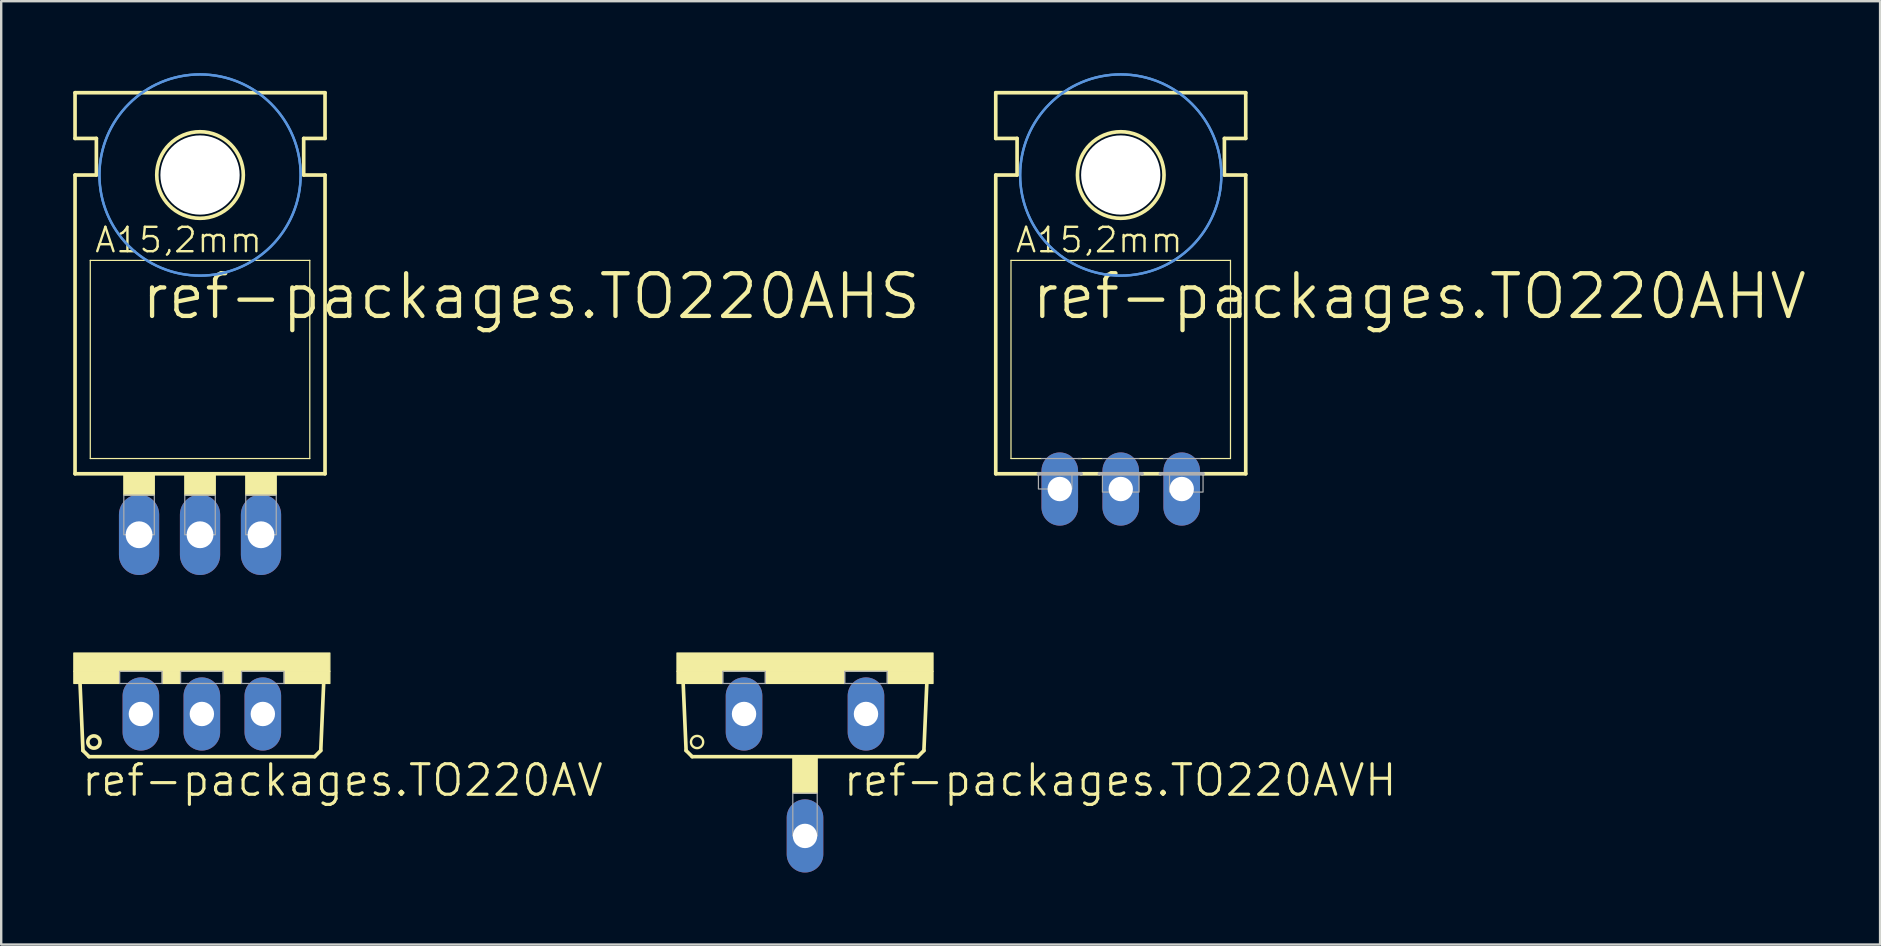
<source format=kicad_pcb>
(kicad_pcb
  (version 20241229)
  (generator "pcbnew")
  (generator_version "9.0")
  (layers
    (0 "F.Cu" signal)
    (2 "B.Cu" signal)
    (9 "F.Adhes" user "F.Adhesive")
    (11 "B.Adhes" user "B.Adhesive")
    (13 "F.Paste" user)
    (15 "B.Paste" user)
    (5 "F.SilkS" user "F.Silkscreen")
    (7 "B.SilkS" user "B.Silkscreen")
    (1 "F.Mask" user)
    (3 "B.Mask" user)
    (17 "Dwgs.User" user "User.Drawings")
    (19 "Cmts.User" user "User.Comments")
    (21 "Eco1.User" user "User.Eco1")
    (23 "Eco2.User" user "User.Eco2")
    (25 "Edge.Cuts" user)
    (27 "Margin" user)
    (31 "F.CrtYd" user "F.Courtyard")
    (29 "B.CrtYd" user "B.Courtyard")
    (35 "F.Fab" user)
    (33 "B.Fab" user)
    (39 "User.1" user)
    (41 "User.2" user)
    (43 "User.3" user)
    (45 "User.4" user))
  (footprint "ref-packages.TO220AHS"
    (layer "F.Cu")
    (at 5.283 15.417)
    (property "Reference" "ref-packages.TO220AHS" (at -2.54 -5.08 0) (layer "F.SilkS") (effects (font (size 1.778 1.778) (thickness 0.18)) (justify left bottom)))
    (attr through_hole)
    (fp_line (start -5.207 -12.7) (end -5.207 -14.605) (stroke (width 0.152) (type default)) (layer "F.SilkS"))
    (fp_line (start -5.207 -11.176) (end -4.318 -11.176) (stroke (width 0.152) (type default)) (layer "F.SilkS"))
    (fp_line (start -5.207 1.27) (end -5.207 -11.176) (stroke (width 0.152) (type default)) (layer "F.SilkS"))
    (fp_line (start -5.207 1.27) (end 5.207 1.27) (stroke (width 0.152) (type default)) (layer "F.SilkS"))
    (fp_line (start -4.572 0.635) (end -4.572 -7.62) (stroke (width 0.051) (type default)) (layer "F.SilkS"))
    (fp_line (start -4.572 0.635) (end 4.572 0.635) (stroke (width 0.051) (type default)) (layer "F.SilkS"))
    (fp_line (start -4.318 -12.7) (end -5.207 -12.7) (stroke (width 0.152) (type default)) (layer "F.SilkS"))
    (fp_line (start -4.318 -11.176) (end -4.318 -12.7) (stroke (width 0.152) (type default)) (layer "F.SilkS"))
    (fp_line (start 4.318 -12.7) (end 5.207 -12.7) (stroke (width 0.152) (type default)) (layer "F.SilkS"))
    (fp_line (start 4.318 -11.176) (end 4.318 -12.7) (stroke (width 0.152) (type default)) (layer "F.SilkS"))
    (fp_line (start 4.572 -7.62) (end -4.572 -7.62) (stroke (width 0.051) (type default)) (layer "F.SilkS"))
    (fp_line (start 4.572 -7.62) (end 4.572 0.635) (stroke (width 0.051) (type default)) (layer "F.SilkS"))
    (fp_line (start 5.207 -14.605) (end -5.207 -14.605) (stroke (width 0.152) (type default)) (layer "F.SilkS"))
    (fp_line (start 5.207 -12.7) (end 5.207 -14.605) (stroke (width 0.152) (type default)) (layer "F.SilkS"))
    (fp_line (start 5.207 -11.176) (end 4.318 -11.176) (stroke (width 0.152) (type default)) (layer "F.SilkS"))
    (fp_line (start 5.207 1.27) (end 5.207 -11.176) (stroke (width 0.152) (type default)) (layer "F.SilkS"))
    (fp_rect (start -3.175 2.159) (end -1.905 1.27) (stroke (width 0.05) (type default)) (fill yes) (layer "F.SilkS"))
    (fp_rect (start -0.635 2.159) (end 0.635 1.27) (stroke (width 0.05) (type default)) (fill yes) (layer "F.SilkS"))
    (fp_rect (start 1.905 2.159) (end 3.175 1.27) (stroke (width 0.05) (type default)) (fill yes) (layer "F.SilkS"))
    (fp_circle (center 0 -11.176) (end 1.803 -11.176) (stroke (width 0.152) (type default)) (fill no) (layer "F.SilkS"))
    (fp_circle (center 0 -11.176) (end 4.191 -11.176) (stroke (width 0.1) (type default)) (fill no) (layer "Cmts.User"))
    (fp_circle (center 0 -11.176) (end 4.191 -11.176) (stroke (width 0.1) (type default)) (fill no) (layer "Cmts.User"))
    (fp_rect (start -3.175 3.81) (end -1.905 2.159) (stroke (width 0.05) (type default)) (fill no) (layer "F.Fab"))
    (fp_rect (start -0.635 3.81) (end 0.635 2.159) (stroke (width 0.05) (type default)) (fill no) (layer "F.Fab"))
    (fp_rect (start 1.905 3.81) (end 3.175 2.159) (stroke (width 0.05) (type default)) (fill no) (layer "F.Fab"))
    (fp_text user "A15,2mm" (at -4.445 -7.874 0) (layer "F.SilkS") (effects (font (size 1.016 1.016) (thickness 0.1)) (justify left bottom)))
    (pad "" np_thru_hole circle (at 0 -11.176) (size 3.302 3.302) (drill 3.302) (layers "*.Cu" "*.Mask"))
    (pad "B" thru_hole oval (at -2.54 3.81 90) (size 3.353 1.676) (drill 1.118) (layers "*.Cu" "*.Mask"))
    (pad "C" thru_hole oval (at 0 3.81 90) (size 3.353 1.676) (drill 1.118) (layers "*.Cu" "*.Mask"))
    (pad "E" thru_hole oval (at 2.54 3.81 90) (size 3.353 1.676) (drill 1.118) (layers "*.Cu" "*.Mask")))
  (footprint "ref-packages.TO220AHV"
    (layer "F.Cu")
    (at 43.638 15.417)
    (property "Reference" "ref-packages.TO220AHV" (at -3.81 -5.08 0) (layer "F.SilkS") (effects (font (size 1.778 1.778) (thickness 0.18)) (justify left bottom)))
    (attr through_hole)
    (fp_line (start -5.207 -12.7) (end -5.207 -14.605) (stroke (width 0.152) (type default)) (layer "F.SilkS"))
    (fp_line (start -5.207 -11.176) (end -4.318 -11.176) (stroke (width 0.152) (type default)) (layer "F.SilkS"))
    (fp_line (start -5.207 1.27) (end -5.207 -11.176) (stroke (width 0.152) (type default)) (layer "F.SilkS"))
    (fp_line (start -5.207 1.27) (end -3.429 1.27) (stroke (width 0.152) (type default)) (layer "F.SilkS"))
    (fp_line (start -4.572 0.635) (end -4.572 -7.62) (stroke (width 0.051) (type default)) (layer "F.SilkS"))
    (fp_line (start -4.572 0.635) (end -3.302 0.635) (stroke (width 0.051) (type default)) (layer "F.SilkS"))
    (fp_line (start -4.318 -12.7) (end -5.207 -12.7) (stroke (width 0.152) (type default)) (layer "F.SilkS"))
    (fp_line (start -4.318 -11.176) (end -4.318 -12.7) (stroke (width 0.152) (type default)) (layer "F.SilkS"))
    (fp_line (start -1.651 1.27) (end -0.889 1.27) (stroke (width 0.152) (type default)) (layer "F.SilkS"))
    (fp_line (start -0.762 0.635) (end -1.778 0.635) (stroke (width 0.051) (type default)) (layer "F.SilkS"))
    (fp_line (start 0.889 1.27) (end 1.651 1.27) (stroke (width 0.152) (type default)) (layer "F.SilkS"))
    (fp_line (start 1.778 0.635) (end 0.762 0.635) (stroke (width 0.051) (type default)) (layer "F.SilkS"))
    (fp_line (start 3.429 1.27) (end 5.207 1.27) (stroke (width 0.152) (type default)) (layer "F.SilkS"))
    (fp_line (start 4.318 -12.7) (end 5.207 -12.7) (stroke (width 0.152) (type default)) (layer "F.SilkS"))
    (fp_line (start 4.318 -11.176) (end 4.318 -12.7) (stroke (width 0.152) (type default)) (layer "F.SilkS"))
    (fp_line (start 4.572 -7.62) (end -4.572 -7.62) (stroke (width 0.051) (type default)) (layer "F.SilkS"))
    (fp_line (start 4.572 -7.62) (end 4.572 0.635) (stroke (width 0.051) (type default)) (layer "F.SilkS"))
    (fp_line (start 4.572 0.635) (end 3.302 0.635) (stroke (width 0.051) (type default)) (layer "F.SilkS"))
    (fp_line (start 5.207 -14.605) (end -5.207 -14.605) (stroke (width 0.152) (type default)) (layer "F.SilkS"))
    (fp_line (start 5.207 -12.7) (end 5.207 -14.605) (stroke (width 0.152) (type default)) (layer "F.SilkS"))
    (fp_line (start 5.207 -11.176) (end 4.318 -11.176) (stroke (width 0.152) (type default)) (layer "F.SilkS"))
    (fp_line (start 5.207 1.27) (end 5.207 -11.176) (stroke (width 0.152) (type default)) (layer "F.SilkS"))
    (fp_circle (center 0 -11.176) (end 1.803 -11.176) (stroke (width 0.152) (type default)) (fill no) (layer "F.SilkS"))
    (fp_circle (center 0 -11.176) (end 4.191 -11.176) (stroke (width 0.1) (type default)) (fill no) (layer "Cmts.User"))
    (fp_circle (center 0 -11.176) (end 4.191 -11.176) (stroke (width 0.1) (type default)) (fill no) (layer "Cmts.User"))
    (fp_line (start -3.429 1.27) (end -1.651 1.27) (stroke (width 0.152) (type default)) (layer "F.Fab"))
    (fp_line (start -3.302 0.635) (end -1.651 0.635) (stroke (width 0.051) (type default)) (layer "F.Fab"))
    (fp_line (start -0.889 1.27) (end 0.889 1.27) (stroke (width 0.152) (type default)) (layer "F.Fab"))
    (fp_line (start 0.762 0.635) (end -0.762 0.635) (stroke (width 0.051) (type default)) (layer "F.Fab"))
    (fp_line (start 1.651 1.27) (end 3.429 1.27) (stroke (width 0.152) (type default)) (layer "F.Fab"))
    (fp_line (start 3.302 0.635) (end 1.778 0.635) (stroke (width 0.051) (type default)) (layer "F.Fab"))
    (fp_rect (start -3.429 1.905) (end -2.032 1.27) (stroke (width 0.05) (type default)) (fill no) (layer "F.Fab"))
    (fp_rect (start -0.762 2.032) (end 0.762 1.27) (stroke (width 0.05) (type default)) (fill no) (layer "F.Fab"))
    (fp_rect (start 2.032 2.032) (end 3.429 1.27) (stroke (width 0.05) (type default)) (fill no) (layer "F.Fab"))
    (fp_text user "A15,2mm" (at -4.445 -7.874 0) (layer "F.SilkS") (effects (font (size 1.016 1.016) (thickness 0.1)) (justify left bottom)))
    (pad "" np_thru_hole circle (at 0 -11.176) (size 3.302 3.302) (drill 3.302) (layers "*.Cu" "*.Mask"))
    (pad "B" thru_hole oval (at -2.54 1.905 90) (size 3.048 1.524) (drill 1.016) (layers "*.Cu" "*.Mask"))
    (pad "C" thru_hole oval (at 0 1.905 90) (size 3.048 1.524) (drill 1.016) (layers "*.Cu" "*.Mask"))
    (pad "E" thru_hole oval (at 2.54 1.905 90) (size 3.048 1.524) (drill 1.016) (layers "*.Cu" "*.Mask")))
  (footprint "ref-packages.TO220AV"
    (layer "F.Cu")
    (at 5.359 24.153)
    (property "Reference" "ref-packages.TO220AV" (at -5.08 6.045 0) (layer "F.SilkS") (effects (font (size 1.27 1.27) (thickness 0.13)) (justify left bottom)))
    (attr through_hole)
    (fp_line (start -4.953 4.064) (end -5.08 1.143) (stroke (width 0.152) (type default)) (layer "F.SilkS"))
    (fp_line (start -4.953 4.064) (end -4.699 4.318) (stroke (width 0.152) (type default)) (layer "F.SilkS"))
    (fp_line (start 4.699 4.318) (end -4.699 4.318) (stroke (width 0.152) (type default)) (layer "F.SilkS"))
    (fp_line (start 4.699 4.318) (end 4.953 4.064) (stroke (width 0.152) (type default)) (layer "F.SilkS"))
    (fp_line (start 5.08 1.143) (end 4.953 4.064) (stroke (width 0.152) (type default)) (layer "F.SilkS"))
    (fp_rect (start -5.334 0.762) (end 5.334 0) (stroke (width 0.05) (type default)) (fill yes) (layer "F.SilkS"))
    (fp_rect (start -5.334 1.27) (end -3.429 0.762) (stroke (width 0.05) (type default)) (fill yes) (layer "F.SilkS"))
    (fp_rect (start -1.651 1.27) (end -0.889 0.762) (stroke (width 0.05) (type default)) (fill yes) (layer "F.SilkS"))
    (fp_rect (start 0.889 1.27) (end 1.651 0.762) (stroke (width 0.05) (type default)) (fill yes) (layer "F.SilkS"))
    (fp_rect (start 3.429 1.27) (end 5.334 0.762) (stroke (width 0.05) (type default)) (fill yes) (layer "F.SilkS"))
    (fp_circle (center -4.496 3.708) (end -4.242 3.708) (stroke (width 0.152) (type default)) (fill no) (layer "F.SilkS"))
    (fp_rect (start -3.429 1.27) (end -1.651 0.762) (stroke (width 0.05) (type default)) (fill no) (layer "F.Fab"))
    (fp_rect (start -0.889 1.27) (end 0.889 0.762) (stroke (width 0.05) (type default)) (fill no) (layer "F.Fab"))
    (fp_rect (start 1.651 1.27) (end 3.429 0.762) (stroke (width 0.05) (type default)) (fill no) (layer "F.Fab"))
    (pad "B" thru_hole oval (at -2.54 2.54 90) (size 3.048 1.524) (drill 1.016) (layers "*.Cu" "*.Mask"))
    (pad "C" thru_hole oval (at 0 2.54 90) (size 3.048 1.524) (drill 1.016) (layers "*.Cu" "*.Mask"))
    (pad "E" thru_hole oval (at 2.54 2.54 90) (size 3.048 1.524) (drill 1.016) (layers "*.Cu" "*.Mask")))
  (footprint "ref-packages.TO220AVH"
    (layer "F.Cu")
    (at 30.485 24.153)
    (property "Reference" "ref-packages.TO220AVH" (at 1.524 6.045 0) (layer "F.SilkS") (effects (font (size 1.27 1.27) (thickness 0.13)) (justify left bottom)))
    (attr through_hole)
    (fp_line (start -4.953 4.064) (end -5.08 1.143) (stroke (width 0.152) (type default)) (layer "F.SilkS"))
    (fp_line (start -4.953 4.064) (end -4.699 4.318) (stroke (width 0.152) (type default)) (layer "F.SilkS"))
    (fp_line (start 4.699 4.318) (end -4.699 4.318) (stroke (width 0.152) (type default)) (layer "F.SilkS"))
    (fp_line (start 4.699 4.318) (end 4.953 4.064) (stroke (width 0.152) (type default)) (layer "F.SilkS"))
    (fp_line (start 5.08 1.143) (end 4.953 4.064) (stroke (width 0.152) (type default)) (layer "F.SilkS"))
    (fp_rect (start -5.334 0.762) (end 5.334 0) (stroke (width 0.05) (type default)) (fill yes) (layer "F.SilkS"))
    (fp_rect (start -5.334 1.27) (end -3.429 0.762) (stroke (width 0.05) (type default)) (fill yes) (layer "F.SilkS"))
    (fp_rect (start -1.651 1.27) (end 1.651 0.762) (stroke (width 0.05) (type default)) (fill yes) (layer "F.SilkS"))
    (fp_rect (start -0.508 5.842) (end 0.508 4.318) (stroke (width 0.05) (type default)) (fill yes) (layer "F.SilkS"))
    (fp_rect (start 3.429 1.27) (end 5.334 0.762) (stroke (width 0.05) (type default)) (fill yes) (layer "F.SilkS"))
    (fp_circle (center -4.496 3.708) (end -4.242 3.708) (stroke (width 0.1) (type default)) (fill no) (layer "F.SilkS"))
    (fp_rect (start -3.429 1.27) (end -1.651 0.762) (stroke (width 0.05) (type default)) (fill no) (layer "F.Fab"))
    (fp_rect (start -0.508 7.62) (end 0.508 5.842) (stroke (width 0.05) (type default)) (fill no) (layer "F.Fab"))
    (fp_rect (start 1.651 1.27) (end 3.429 0.762) (stroke (width 0.05) (type default)) (fill no) (layer "F.Fab"))
    (pad "B" thru_hole oval (at -2.54 2.54 90) (size 3.048 1.524) (drill 1.016) (layers "*.Cu" "*.Mask"))
    (pad "C" thru_hole oval (at 0 7.62 90) (size 3.048 1.524) (drill 1.016) (layers "*.Cu" "*.Mask"))
    (pad "E" thru_hole oval (at 2.54 2.54 90) (size 3.048 1.524) (drill 1.016) (layers "*.Cu" "*.Mask")))
  (gr_rect
    (start -3 -3)
    (end 75.271 36.297)
    (stroke (width 0.1) (type default))
    (fill no)
    (layer "Edge.Cuts")))
</source>
